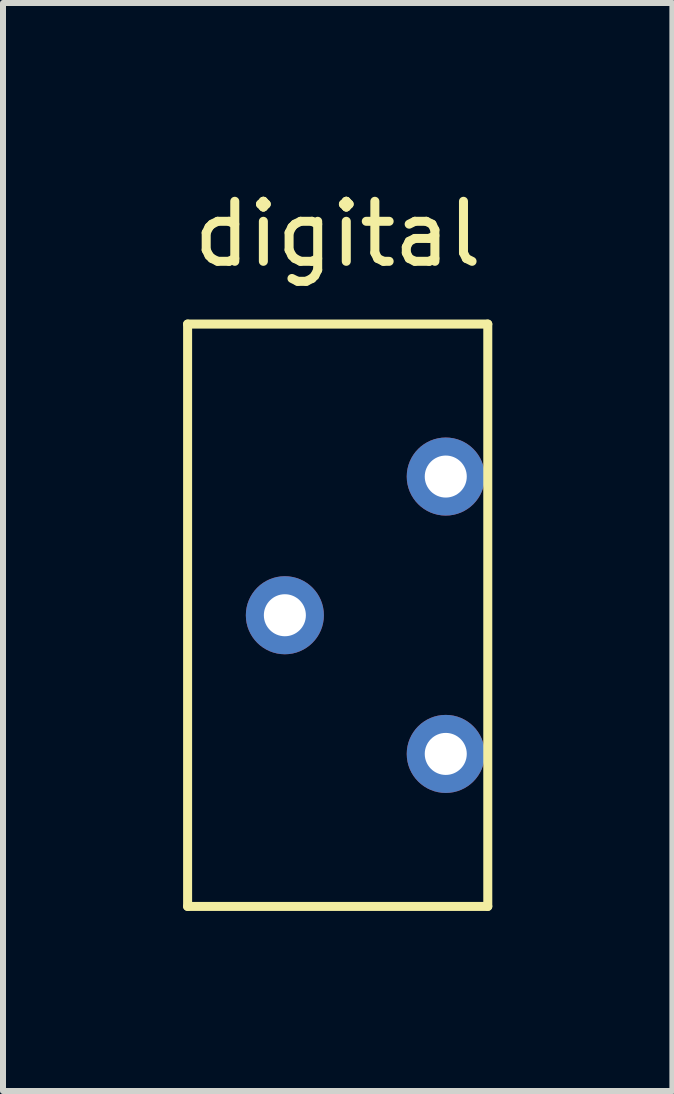
<source format=kicad_pcb>
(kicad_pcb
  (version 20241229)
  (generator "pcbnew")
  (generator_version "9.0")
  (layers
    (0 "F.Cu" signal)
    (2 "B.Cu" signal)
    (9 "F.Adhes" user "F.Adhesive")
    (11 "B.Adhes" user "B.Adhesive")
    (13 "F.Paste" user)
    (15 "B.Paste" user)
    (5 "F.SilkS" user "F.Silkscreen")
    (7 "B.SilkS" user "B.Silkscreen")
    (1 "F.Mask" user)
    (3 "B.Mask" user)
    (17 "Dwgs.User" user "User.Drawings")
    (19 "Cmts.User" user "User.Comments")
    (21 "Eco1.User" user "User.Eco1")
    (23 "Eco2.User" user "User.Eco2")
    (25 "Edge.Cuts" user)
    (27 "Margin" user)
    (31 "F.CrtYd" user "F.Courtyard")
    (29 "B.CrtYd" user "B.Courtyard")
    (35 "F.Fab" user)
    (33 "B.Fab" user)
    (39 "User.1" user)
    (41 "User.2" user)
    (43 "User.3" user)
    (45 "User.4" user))
  (footprint "digital"
    (layer "F.Cu")
    (at 2.575 7.198)
    (property "Reference" "digital" (at 0 -6.35 0) (layer "F.SilkS") (effects (font (size 1 1) (thickness 0.15))))
    (attr through_hole)
    (fp_line (start -2.5 -4.85) (end 2.5 -4.85) (stroke (width 0.15) (type solid)) (layer "F.SilkS"))
    (fp_line (start -2.5 4.85) (end -2.5 -4.85) (stroke (width 0.15) (type solid)) (layer "F.SilkS"))
    (fp_line (start -2.5 4.85) (end 2.5 4.85) (stroke (width 0.15) (type solid)) (layer "F.SilkS"))
    (fp_line (start 2.5 -4.85) (end 2.5 4.85) (stroke (width 0.15) (type solid)) (layer "F.SilkS"))
    (pad "1" thru_hole circle (at 1.8 -2.31) (size 1.3 1.3) (drill 0.7) (layers "*.Cu" "*.Mask"))
    (pad "2" thru_hole circle (at -0.88 0) (size 1.3 1.3) (drill 0.7) (layers "*.Cu" "*.Mask"))
    (pad "3" thru_hole circle (at 1.8 2.31) (size 1.3 1.3) (drill 0.7) (layers "*.Cu" "*.Mask")))
  (gr_rect
    (start -3 -3)
    (end 8.15 15.123)
    (stroke (width 0.1) (type default))
    (fill no)
    (layer "Edge.Cuts")))
</source>
